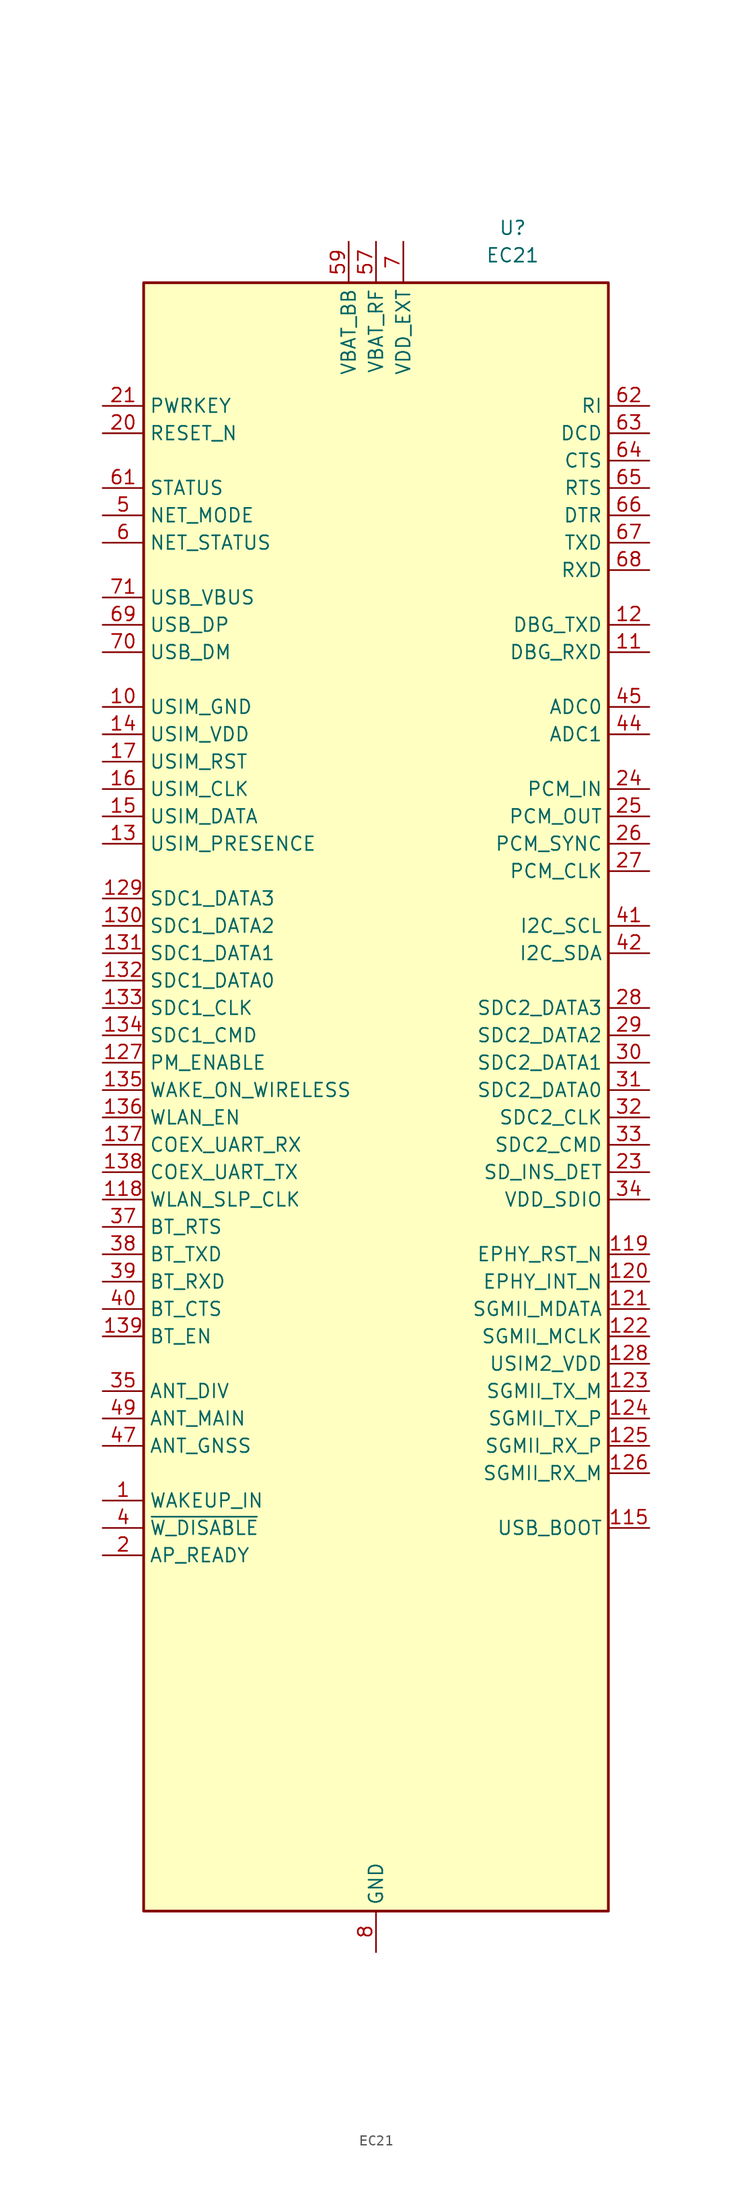
<source format=kicad_sym>
(kicad_symbol_lib
  (version 20220914)
  (generator kicad_symbol_editor)
  (symbol "EC21"
    (property "Reference" "U"
      (at 12.7 67.31 0)
      (effects (font (size 1.27 1.27))))
    (property "Value" "EC21"
      (at 12.7 64.77 0)
      (effects (font (size 1.27 1.27))))
    (symbol "EC21_1_1"
      (rectangle (start -21.59 62.23) (end 21.59 -88.9) (stroke (width 0.254) (type default)) (fill (type background)))
      (pin input line (at -25.4 -50.8 0) (length 3.81) (name "WAKEUP_IN" (effects (font (size 1.27 1.27)))) (number "1" (effects (font (size 1.27 1.27)))))
      (pin power_in line (at -25.4 22.86 0) (length 3.81) (name "USIM_GND" (effects (font (size 1.27 1.27)))) (number "10" (effects (font (size 1.27 1.27)))))
      (pin passive line (at 0 -92.71 90) (length 3.81) hide (name "GND" (effects (font (size 1.27 1.27)))) (number "100" (effects (font (size 1.27 1.27)))))
      (pin passive line (at 0 -92.71 90) (length 3.81) hide (name "GND" (effects (font (size 1.27 1.27)))) (number "101" (effects (font (size 1.27 1.27)))))
      (pin passive line (at 0 -92.71 90) (length 3.81) hide (name "GND" (effects (font (size 1.27 1.27)))) (number "102" (effects (font (size 1.27 1.27)))))
      (pin passive line (at 0 -92.71 90) (length 3.81) hide (name "GND" (effects (font (size 1.27 1.27)))) (number "103" (effects (font (size 1.27 1.27)))))
      (pin passive line (at 0 -92.71 90) (length 3.81) hide (name "GND" (effects (font (size 1.27 1.27)))) (number "104" (effects (font (size 1.27 1.27)))))
      (pin passive line (at 0 -92.71 90) (length 3.81) hide (name "GND" (effects (font (size 1.27 1.27)))) (number "105" (effects (font (size 1.27 1.27)))))
      (pin passive line (at 0 -92.71 90) (length 3.81) hide (name "GND" (effects (font (size 1.27 1.27)))) (number "106" (effects (font (size 1.27 1.27)))))
      (pin passive line (at 0 -92.71 90) (length 3.81) hide (name "GND" (effects (font (size 1.27 1.27)))) (number "107" (effects (font (size 1.27 1.27)))))
      (pin passive line (at 0 -92.71 90) (length 3.81) hide (name "GND" (effects (font (size 1.27 1.27)))) (number "108" (effects (font (size 1.27 1.27)))))
      (pin passive line (at 0 -92.71 90) (length 3.81) hide (name "GND" (effects (font (size 1.27 1.27)))) (number "109" (effects (font (size 1.27 1.27)))))
      (pin input line (at 25.4 27.94 180) (length 3.81) (name "DBG_RXD" (effects (font (size 1.27 1.27)))) (number "11" (effects (font (size 1.27 1.27)))))
      (pin passive line (at 0 -92.71 90) (length 3.81) hide (name "GND" (effects (font (size 1.27 1.27)))) (number "110" (effects (font (size 1.27 1.27)))))
      (pin passive line (at 0 -92.71 90) (length 3.81) hide (name "GND" (effects (font (size 1.27 1.27)))) (number "111" (effects (font (size 1.27 1.27)))))
      (pin passive line (at 0 -92.71 90) (length 3.81) hide (name "GND" (effects (font (size 1.27 1.27)))) (number "112" (effects (font (size 1.27 1.27)))))
      (pin no_connect line (at 21.59 -58.42 180) (length 3.81) hide (name "RESERVED" (effects (font (size 1.27 1.27)))) (number "113" (effects (font (size 1.27 1.27)))))
      (pin no_connect line (at 21.59 -60.96 180) (length 3.81) hide (name "RESERVED" (effects (font (size 1.27 1.27)))) (number "114" (effects (font (size 1.27 1.27)))))
      (pin input line (at 25.4 -53.34 180) (length 3.81) (name "USB_BOOT" (effects (font (size 1.27 1.27)))) (number "115" (effects (font (size 1.27 1.27)))))
      (pin no_connect line (at 21.59 -63.5 180) (length 3.81) hide (name "RESERVED" (effects (font (size 1.27 1.27)))) (number "116" (effects (font (size 1.27 1.27)))))
      (pin no_connect line (at 21.59 -66.04 180) (length 3.81) hide (name "RESERVED" (effects (font (size 1.27 1.27)))) (number "117" (effects (font (size 1.27 1.27)))))
      (pin output line (at -25.4 -22.86 0) (length 3.81) (name "WLAN_SLP_CLK" (effects (font (size 1.27 1.27)))) (number "118" (effects (font (size 1.27 1.27)))))
      (pin output line (at 25.4 -27.94 180) (length 3.81) (name "EPHY_RST_N" (effects (font (size 1.27 1.27)))) (number "119" (effects (font (size 1.27 1.27)))))
      (pin output line (at 25.4 30.48 180) (length 3.81) (name "DBG_TXD" (effects (font (size 1.27 1.27)))) (number "12" (effects (font (size 1.27 1.27)))))
      (pin input line (at 25.4 -30.48 180) (length 3.81) (name "EPHY_INT_N" (effects (font (size 1.27 1.27)))) (number "120" (effects (font (size 1.27 1.27)))))
      (pin bidirectional line (at 25.4 -33.02 180) (length 3.81) (name "SGMII_MDATA" (effects (font (size 1.27 1.27)))) (number "121" (effects (font (size 1.27 1.27)))))
      (pin output line (at 25.4 -35.56 180) (length 3.81) (name "SGMII_MCLK" (effects (font (size 1.27 1.27)))) (number "122" (effects (font (size 1.27 1.27)))))
      (pin output line (at 25.4 -40.64 180) (length 3.81) (name "SGMII_TX_M" (effects (font (size 1.27 1.27)))) (number "123" (effects (font (size 1.27 1.27)))))
      (pin output line (at 25.4 -43.18 180) (length 3.81) (name "SGMII_TX_P" (effects (font (size 1.27 1.27)))) (number "124" (effects (font (size 1.27 1.27)))))
      (pin input line (at 25.4 -45.72 180) (length 3.81) (name "SGMII_RX_P" (effects (font (size 1.27 1.27)))) (number "125" (effects (font (size 1.27 1.27)))))
      (pin input line (at 25.4 -48.26 180) (length 3.81) (name "SGMII_RX_M" (effects (font (size 1.27 1.27)))) (number "126" (effects (font (size 1.27 1.27)))))
      (pin output line (at -25.4 -10.16 0) (length 3.81) (name "PM_ENABLE" (effects (font (size 1.27 1.27)))) (number "127" (effects (font (size 1.27 1.27)))))
      (pin power_out line (at 25.4 -38.1 180) (length 3.81) (name "USIM2_VDD" (effects (font (size 1.27 1.27)))) (number "128" (effects (font (size 1.27 1.27)))))
      (pin bidirectional line (at -25.4 5.08 0) (length 3.81) (name "SDC1_DATA3" (effects (font (size 1.27 1.27)))) (number "129" (effects (font (size 1.27 1.27)))))
      (pin input line (at -25.4 10.16 0) (length 3.81) (name "USIM_PRESENCE" (effects (font (size 1.27 1.27)))) (number "13" (effects (font (size 1.27 1.27)))))
      (pin bidirectional line (at -25.4 2.54 0) (length 3.81) (name "SDC1_DATA2" (effects (font (size 1.27 1.27)))) (number "130" (effects (font (size 1.27 1.27)))))
      (pin bidirectional line (at -25.4 0 0) (length 3.81) (name "SDC1_DATA1" (effects (font (size 1.27 1.27)))) (number "131" (effects (font (size 1.27 1.27)))))
      (pin bidirectional line (at -25.4 -2.54 0) (length 3.81) (name "SDC1_DATA0" (effects (font (size 1.27 1.27)))) (number "132" (effects (font (size 1.27 1.27)))))
      (pin output line (at -25.4 -5.08 0) (length 3.81) (name "SDC1_CLK" (effects (font (size 1.27 1.27)))) (number "133" (effects (font (size 1.27 1.27)))))
      (pin output line (at -25.4 -7.62 0) (length 3.81) (name "SDC1_CMD" (effects (font (size 1.27 1.27)))) (number "134" (effects (font (size 1.27 1.27)))))
      (pin input line (at -25.4 -12.7 0) (length 3.81) (name "WAKE_ON_WIRELESS" (effects (font (size 1.27 1.27)))) (number "135" (effects (font (size 1.27 1.27)))))
      (pin output line (at -25.4 -15.24 0) (length 3.81) (name "WLAN_EN" (effects (font (size 1.27 1.27)))) (number "136" (effects (font (size 1.27 1.27)))))
      (pin input line (at -25.4 -17.78 0) (length 3.81) (name "COEX_UART_RX" (effects (font (size 1.27 1.27)))) (number "137" (effects (font (size 1.27 1.27)))))
      (pin output line (at -25.4 -20.32 0) (length 3.81) (name "COEX_UART_TX" (effects (font (size 1.27 1.27)))) (number "138" (effects (font (size 1.27 1.27)))))
      (pin output line (at -25.4 -35.56 0) (length 3.81) (name "BT_EN" (effects (font (size 1.27 1.27)))) (number "139" (effects (font (size 1.27 1.27)))))
      (pin power_out line (at -25.4 20.32 0) (length 3.81) (name "USIM_VDD" (effects (font (size 1.27 1.27)))) (number "14" (effects (font (size 1.27 1.27)))))
      (pin no_connect line (at 21.59 -71.12 180) (length 3.81) hide (name "RESERVED" (effects (font (size 1.27 1.27)))) (number "140" (effects (font (size 1.27 1.27)))))
      (pin no_connect line (at 21.59 -73.66 180) (length 3.81) hide (name "RESERVED" (effects (font (size 1.27 1.27)))) (number "141" (effects (font (size 1.27 1.27)))))
      (pin no_connect inverted (at 21.59 -76.2 180) (length 3.81) hide (name "RESERVED" (effects (font (size 1.27 1.27)))) (number "142" (effects (font (size 1.27 1.27)))))
      (pin no_connect line (at 21.59 -78.74 180) (length 3.81) hide (name "RESERVED" (effects (font (size 1.27 1.27)))) (number "143" (effects (font (size 1.27 1.27)))))
      (pin no_connect line (at 21.59 -81.28 180) (length 3.81) hide (name "RESERVED" (effects (font (size 1.27 1.27)))) (number "144" (effects (font (size 1.27 1.27)))))
      (pin bidirectional line (at -25.4 12.7 0) (length 3.81) (name "USIM_DATA" (effects (font (size 1.27 1.27)))) (number "15" (effects (font (size 1.27 1.27)))))
      (pin output line (at -25.4 15.24 0) (length 3.81) (name "USIM_CLK" (effects (font (size 1.27 1.27)))) (number "16" (effects (font (size 1.27 1.27)))))
      (pin output line (at -25.4 17.78 0) (length 3.81) (name "USIM_RST" (effects (font (size 1.27 1.27)))) (number "17" (effects (font (size 1.27 1.27)))))
      (pin no_connect line (at -21.59 -66.04 0) (length 3.81) hide (name "RESERVED" (effects (font (size 1.27 1.27)))) (number "18" (effects (font (size 1.27 1.27)))))
      (pin passive line (at 0 -92.71 90) (length 3.81) hide (name "GND" (effects (font (size 1.27 1.27)))) (number "19" (effects (font (size 1.27 1.27)))))
      (pin input line (at -25.4 -55.88 0) (length 3.81) (name "AP_READY" (effects (font (size 1.27 1.27)))) (number "2" (effects (font (size 1.27 1.27)))))
      (pin input line (at -25.4 48.26 0) (length 3.81) (name "RESET_N" (effects (font (size 1.27 1.27)))) (number "20" (effects (font (size 1.27 1.27)))))
      (pin input line (at -25.4 50.8 0) (length 3.81) (name "PWRKEY" (effects (font (size 1.27 1.27)))) (number "21" (effects (font (size 1.27 1.27)))))
      (pin passive line (at 0 -92.71 90) (length 3.81) hide (name "GND" (effects (font (size 1.27 1.27)))) (number "22" (effects (font (size 1.27 1.27)))))
      (pin input line (at 25.4 -20.32 180) (length 3.81) (name "SD_INS_DET" (effects (font (size 1.27 1.27)))) (number "23" (effects (font (size 1.27 1.27)))))
      (pin input line (at 25.4 15.24 180) (length 3.81) (name "PCM_IN" (effects (font (size 1.27 1.27)))) (number "24" (effects (font (size 1.27 1.27)))))
      (pin output line (at 25.4 12.7 180) (length 3.81) (name "PCM_OUT" (effects (font (size 1.27 1.27)))) (number "25" (effects (font (size 1.27 1.27)))))
      (pin bidirectional line (at 25.4 10.16 180) (length 3.81) (name "PCM_SYNC" (effects (font (size 1.27 1.27)))) (number "26" (effects (font (size 1.27 1.27)))))
      (pin bidirectional line (at 25.4 7.62 180) (length 3.81) (name "PCM_CLK" (effects (font (size 1.27 1.27)))) (number "27" (effects (font (size 1.27 1.27)))))
      (pin bidirectional line (at 25.4 -5.08 180) (length 3.81) (name "SDC2_DATA3" (effects (font (size 1.27 1.27)))) (number "28" (effects (font (size 1.27 1.27)))))
      (pin bidirectional line (at 25.4 -7.62 180) (length 3.81) (name "SDC2_DATA2" (effects (font (size 1.27 1.27)))) (number "29" (effects (font (size 1.27 1.27)))))
      (pin no_connect line (at -21.59 -60.96 0) (length 3.81) hide (name "RESERVED" (effects (font (size 1.27 1.27)))) (number "3" (effects (font (size 1.27 1.27)))))
      (pin bidirectional line (at 25.4 -10.16 180) (length 3.81) (name "SDC2_DATA1" (effects (font (size 1.27 1.27)))) (number "30" (effects (font (size 1.27 1.27)))))
      (pin bidirectional line (at 25.4 -12.7 180) (length 3.81) (name "SDC2_DATA0" (effects (font (size 1.27 1.27)))) (number "31" (effects (font (size 1.27 1.27)))))
      (pin output line (at 25.4 -15.24 180) (length 3.81) (name "SDC2_CLK" (effects (font (size 1.27 1.27)))) (number "32" (effects (font (size 1.27 1.27)))))
      (pin bidirectional line (at 25.4 -17.78 180) (length 3.81) (name "SDC2_CMD" (effects (font (size 1.27 1.27)))) (number "33" (effects (font (size 1.27 1.27)))))
      (pin power_out line (at 25.4 -22.86 180) (length 3.81) (name "VDD_SDIO" (effects (font (size 1.27 1.27)))) (number "34" (effects (font (size 1.27 1.27)))))
      (pin input line (at -25.4 -40.64 0) (length 3.81) (name "ANT_DIV" (effects (font (size 1.27 1.27)))) (number "35" (effects (font (size 1.27 1.27)))))
      (pin passive line (at 0 -92.71 90) (length 3.81) hide (name "GND" (effects (font (size 1.27 1.27)))) (number "36" (effects (font (size 1.27 1.27)))))
      (pin input line (at -25.4 -25.4 0) (length 3.81) (name "BT_RTS" (effects (font (size 1.27 1.27)))) (number "37" (effects (font (size 1.27 1.27)))))
      (pin output line (at -25.4 -27.94 0) (length 3.81) (name "BT_TXD" (effects (font (size 1.27 1.27)))) (number "38" (effects (font (size 1.27 1.27)))))
      (pin input line (at -25.4 -30.48 0) (length 3.81) (name "BT_RXD" (effects (font (size 1.27 1.27)))) (number "39" (effects (font (size 1.27 1.27)))))
      (pin input line (at -25.4 -53.34 0) (length 3.81) (name "~{W_DISABLE}" (effects (font (size 1.27 1.27)))) (number "4" (effects (font (size 1.27 1.27)))))
      (pin output line (at -25.4 -33.02 0) (length 3.81) (name "BT_CTS" (effects (font (size 1.27 1.27)))) (number "40" (effects (font (size 1.27 1.27)))))
      (pin open_collector line (at 25.4 2.54 180) (length 3.81) (name "I2C_SCL" (effects (font (size 1.27 1.27)))) (number "41" (effects (font (size 1.27 1.27)))))
      (pin open_collector line (at 25.4 0 180) (length 3.81) (name "I2C_SDA" (effects (font (size 1.27 1.27)))) (number "42" (effects (font (size 1.27 1.27)))))
      (pin no_connect line (at -21.59 -71.12 0) (length 3.81) hide (name "RESERVED" (effects (font (size 1.27 1.27)))) (number "43" (effects (font (size 1.27 1.27)))))
      (pin input line (at 25.4 20.32 180) (length 3.81) (name "ADC1" (effects (font (size 1.27 1.27)))) (number "44" (effects (font (size 1.27 1.27)))))
      (pin input line (at 25.4 22.86 180) (length 3.81) (name "ADC0" (effects (font (size 1.27 1.27)))) (number "45" (effects (font (size 1.27 1.27)))))
      (pin passive line (at 0 -92.71 90) (length 3.81) hide (name "GND" (effects (font (size 1.27 1.27)))) (number "46" (effects (font (size 1.27 1.27)))))
      (pin input line (at -25.4 -45.72 0) (length 3.81) (name "ANT_GNSS" (effects (font (size 1.27 1.27)))) (number "47" (effects (font (size 1.27 1.27)))))
      (pin passive line (at 0 -92.71 90) (length 3.81) hide (name "GND" (effects (font (size 1.27 1.27)))) (number "48" (effects (font (size 1.27 1.27)))))
      (pin bidirectional line (at -25.4 -43.18 0) (length 3.81) (name "ANT_MAIN" (effects (font (size 1.27 1.27)))) (number "49" (effects (font (size 1.27 1.27)))))
      (pin output line (at -25.4 40.64 0) (length 3.81) (name "NET_MODE" (effects (font (size 1.27 1.27)))) (number "5" (effects (font (size 1.27 1.27)))))
      (pin passive line (at 0 -92.71 90) (length 3.81) hide (name "GND" (effects (font (size 1.27 1.27)))) (number "50" (effects (font (size 1.27 1.27)))))
      (pin passive line (at 0 -92.71 90) (length 3.81) hide (name "GND" (effects (font (size 1.27 1.27)))) (number "51" (effects (font (size 1.27 1.27)))))
      (pin passive line (at 0 -92.71 90) (length 3.81) hide (name "GND" (effects (font (size 1.27 1.27)))) (number "52" (effects (font (size 1.27 1.27)))))
      (pin passive line (at 0 -92.71 90) (length 3.81) hide (name "GND" (effects (font (size 1.27 1.27)))) (number "53" (effects (font (size 1.27 1.27)))))
      (pin passive line (at 0 -92.71 90) (length 3.81) hide (name "GND" (effects (font (size 1.27 1.27)))) (number "54" (effects (font (size 1.27 1.27)))))
      (pin no_connect line (at -21.59 -76.2 0) (length 3.81) hide (name "RESERVED" (effects (font (size 1.27 1.27)))) (number "55" (effects (font (size 1.27 1.27)))))
      (pin passive line (at 0 -92.71 90) (length 3.81) hide (name "GND" (effects (font (size 1.27 1.27)))) (number "56" (effects (font (size 1.27 1.27)))))
      (pin power_in line (at 0 66.04 270) (length 3.81) (name "VBAT_RF" (effects (font (size 1.27 1.27)))) (number "57" (effects (font (size 1.27 1.27)))))
      (pin passive line (at 0 66.04 270) (length 3.81) hide (name "VBAT_RF" (effects (font (size 1.27 1.27)))) (number "58" (effects (font (size 1.27 1.27)))))
      (pin power_in line (at -2.54 66.04 270) (length 3.81) (name "VBAT_BB" (effects (font (size 1.27 1.27)))) (number "59" (effects (font (size 1.27 1.27)))))
      (pin output line (at -25.4 38.1 0) (length 3.81) (name "NET_STATUS" (effects (font (size 1.27 1.27)))) (number "6" (effects (font (size 1.27 1.27)))))
      (pin passive line (at -2.54 66.04 270) (length 3.81) hide (name "VBAT_BB" (effects (font (size 1.27 1.27)))) (number "60" (effects (font (size 1.27 1.27)))))
      (pin open_collector line (at -25.4 43.18 0) (length 3.81) (name "STATUS" (effects (font (size 1.27 1.27)))) (number "61" (effects (font (size 1.27 1.27)))))
      (pin output line (at 25.4 50.8 180) (length 3.81) (name "RI" (effects (font (size 1.27 1.27)))) (number "62" (effects (font (size 1.27 1.27)))))
      (pin output line (at 25.4 48.26 180) (length 3.81) (name "DCD" (effects (font (size 1.27 1.27)))) (number "63" (effects (font (size 1.27 1.27)))))
      (pin output line (at 25.4 45.72 180) (length 3.81) (name "CTS" (effects (font (size 1.27 1.27)))) (number "64" (effects (font (size 1.27 1.27)))))
      (pin input line (at 25.4 43.18 180) (length 3.81) (name "RTS" (effects (font (size 1.27 1.27)))) (number "65" (effects (font (size 1.27 1.27)))))
      (pin input line (at 25.4 40.64 180) (length 3.81) (name "DTR" (effects (font (size 1.27 1.27)))) (number "66" (effects (font (size 1.27 1.27)))))
      (pin output line (at 25.4 38.1 180) (length 3.81) (name "TXD" (effects (font (size 1.27 1.27)))) (number "67" (effects (font (size 1.27 1.27)))))
      (pin input line (at 25.4 35.56 180) (length 3.81) (name "RXD" (effects (font (size 1.27 1.27)))) (number "68" (effects (font (size 1.27 1.27)))))
      (pin bidirectional line (at -25.4 30.48 0) (length 3.81) (name "USB_DP" (effects (font (size 1.27 1.27)))) (number "69" (effects (font (size 1.27 1.27)))))
      (pin power_out line (at 2.54 66.04 270) (length 3.81) (name "VDD_EXT" (effects (font (size 1.27 1.27)))) (number "7" (effects (font (size 1.27 1.27)))))
      (pin bidirectional line (at -25.4 27.94 0) (length 3.81) (name "USB_DM" (effects (font (size 1.27 1.27)))) (number "70" (effects (font (size 1.27 1.27)))))
      (pin power_in line (at -25.4 33.02 0) (length 3.81) (name "USB_VBUS" (effects (font (size 1.27 1.27)))) (number "71" (effects (font (size 1.27 1.27)))))
      (pin passive line (at 0 -92.71 90) (length 3.81) hide (name "GND" (effects (font (size 1.27 1.27)))) (number "72" (effects (font (size 1.27 1.27)))))
      (pin power_in line (at 0 -92.71 90) (length 3.81) (name "GND" (effects (font (size 1.27 1.27)))) (number "8" (effects (font (size 1.27 1.27)))))
      (pin passive line (at 0 -92.71 90) (length 3.81) hide (name "GND" (effects (font (size 1.27 1.27)))) (number "85" (effects (font (size 1.27 1.27)))))
      (pin passive line (at 0 -92.71 90) (length 3.81) hide (name "GND" (effects (font (size 1.27 1.27)))) (number "86" (effects (font (size 1.27 1.27)))))
      (pin passive line (at 0 -92.71 90) (length 3.81) hide (name "GND" (effects (font (size 1.27 1.27)))) (number "87" (effects (font (size 1.27 1.27)))))
      (pin passive line (at 0 -92.71 90) (length 3.81) hide (name "GND" (effects (font (size 1.27 1.27)))) (number "88" (effects (font (size 1.27 1.27)))))
      (pin passive line (at 0 -92.71 90) (length 3.81) hide (name "GND" (effects (font (size 1.27 1.27)))) (number "89" (effects (font (size 1.27 1.27)))))
      (pin passive line (at 0 -92.71 90) (length 3.81) hide (name "GND" (effects (font (size 1.27 1.27)))) (number "9" (effects (font (size 1.27 1.27)))))
      (pin passive line (at 0 -92.71 90) (length 3.81) hide (name "GND" (effects (font (size 1.27 1.27)))) (number "90" (effects (font (size 1.27 1.27)))))
      (pin passive line (at 0 -92.71 90) (length 3.81) hide (name "GND" (effects (font (size 1.27 1.27)))) (number "91" (effects (font (size 1.27 1.27)))))
      (pin passive line (at 0 -92.71 90) (length 3.81) hide (name "GND" (effects (font (size 1.27 1.27)))) (number "92" (effects (font (size 1.27 1.27)))))
      (pin passive line (at 0 -92.71 90) (length 3.81) hide (name "GND" (effects (font (size 1.27 1.27)))) (number "93" (effects (font (size 1.27 1.27)))))
      (pin passive line (at 0 -92.71 90) (length 3.81) hide (name "GND" (effects (font (size 1.27 1.27)))) (number "94" (effects (font (size 1.27 1.27)))))
      (pin passive line (at 0 -92.71 90) (length 3.81) hide (name "GND" (effects (font (size 1.27 1.27)))) (number "95" (effects (font (size 1.27 1.27)))))
      (pin passive line (at 0 -92.71 90) (length 3.81) hide (name "GND" (effects (font (size 1.27 1.27)))) (number "96" (effects (font (size 1.27 1.27)))))
      (pin passive line (at 0 -92.71 90) (length 3.81) hide (name "GND" (effects (font (size 1.27 1.27)))) (number "97" (effects (font (size 1.27 1.27)))))
      (pin passive line (at 0 -92.71 90) (length 3.81) hide (name "GND" (effects (font (size 1.27 1.27)))) (number "98" (effects (font (size 1.27 1.27)))))
      (pin passive line (at 0 -92.71 90) (length 3.81) hide (name "GND" (effects (font (size 1.27 1.27)))) (number "99" (effects (font (size 1.27 1.27))))))))
</source>
